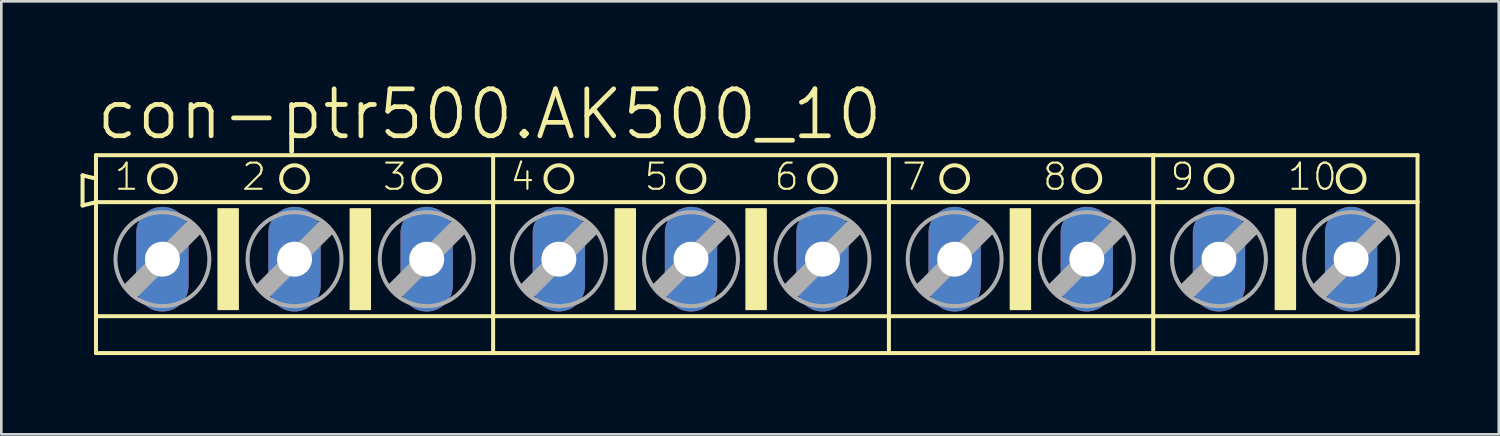
<source format=kicad_pcb>
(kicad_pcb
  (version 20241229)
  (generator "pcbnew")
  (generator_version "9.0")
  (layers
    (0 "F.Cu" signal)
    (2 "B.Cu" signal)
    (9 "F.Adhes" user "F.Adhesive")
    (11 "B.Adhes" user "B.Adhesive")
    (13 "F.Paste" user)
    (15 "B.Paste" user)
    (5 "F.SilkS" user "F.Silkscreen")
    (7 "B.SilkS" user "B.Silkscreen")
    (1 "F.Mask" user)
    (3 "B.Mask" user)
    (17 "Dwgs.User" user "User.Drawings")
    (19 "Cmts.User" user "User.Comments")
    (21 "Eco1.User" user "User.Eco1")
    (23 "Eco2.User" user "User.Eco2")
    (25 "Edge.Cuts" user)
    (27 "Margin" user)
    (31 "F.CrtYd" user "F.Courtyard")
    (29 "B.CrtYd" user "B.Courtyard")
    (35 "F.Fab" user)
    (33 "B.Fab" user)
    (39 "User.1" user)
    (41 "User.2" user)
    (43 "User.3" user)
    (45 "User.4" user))
  (footprint "con-ptr500.AK500_10"
    (layer "F.Cu")
    (at 25.603 6.763)
    (property "Reference" "con-ptr500.AK500_10" (at -25.095 -4.445 0) (layer "F.SilkS") (effects (font (size 1.778 1.778) (thickness 0.18)) (justify left bottom)))
    (attr through_hole)
    (fp_line (start -25.527 -3.175) (end -25.527 -2.032) (stroke (width 0.152) (type default)) (layer "F.SilkS"))
    (fp_line (start -25.527 -2.032) (end -25.019 -2.159) (stroke (width 0.152) (type default)) (layer "F.SilkS"))
    (fp_line (start -25.019 -3.048) (end -25.527 -3.175) (stroke (width 0.152) (type default)) (layer "F.SilkS"))
    (fp_line (start -25.019 -3.048) (end -25.019 -3.937) (stroke (width 0.152) (type default)) (layer "F.SilkS"))
    (fp_line (start -25.019 -2.159) (end -25.019 -3.048) (stroke (width 0.152) (type default)) (layer "F.SilkS"))
    (fp_line (start -25.019 -2.159) (end -9.982 -2.159) (stroke (width 0.152) (type default)) (layer "F.SilkS"))
    (fp_line (start -25.019 2.159) (end -25.019 -2.159) (stroke (width 0.152) (type default)) (layer "F.SilkS"))
    (fp_line (start -25.019 2.159) (end -9.982 2.159) (stroke (width 0.152) (type default)) (layer "F.SilkS"))
    (fp_line (start -25.019 3.556) (end -25.019 2.159) (stroke (width 0.152) (type default)) (layer "F.SilkS"))
    (fp_line (start -25.019 3.556) (end -9.982 3.556) (stroke (width 0.152) (type default)) (layer "F.SilkS"))
    (fp_line (start -9.982 -3.937) (end -25.019 -3.937) (stroke (width 0.152) (type default)) (layer "F.SilkS"))
    (fp_line (start -9.982 -2.159) (end -9.982 -3.937) (stroke (width 0.152) (type default)) (layer "F.SilkS"))
    (fp_line (start -9.982 -2.159) (end 5.004 -2.159) (stroke (width 0.152) (type default)) (layer "F.SilkS"))
    (fp_line (start -9.982 2.159) (end -9.982 -2.159) (stroke (width 0.152) (type default)) (layer "F.SilkS"))
    (fp_line (start -9.982 2.159) (end 5.004 2.159) (stroke (width 0.152) (type default)) (layer "F.SilkS"))
    (fp_line (start -9.982 3.556) (end -9.982 2.159) (stroke (width 0.152) (type default)) (layer "F.SilkS"))
    (fp_line (start -9.982 3.556) (end 5.004 3.556) (stroke (width 0.152) (type default)) (layer "F.SilkS"))
    (fp_line (start 5.004 -3.937) (end -9.982 -3.937) (stroke (width 0.152) (type default)) (layer "F.SilkS"))
    (fp_line (start 5.004 -2.159) (end 5.004 -3.937) (stroke (width 0.152) (type default)) (layer "F.SilkS"))
    (fp_line (start 5.004 -2.159) (end 15.011 -2.159) (stroke (width 0.152) (type default)) (layer "F.SilkS"))
    (fp_line (start 5.004 2.159) (end 5.004 -2.159) (stroke (width 0.152) (type default)) (layer "F.SilkS"))
    (fp_line (start 5.004 2.159) (end 15.011 2.159) (stroke (width 0.152) (type default)) (layer "F.SilkS"))
    (fp_line (start 5.004 3.556) (end 5.004 2.159) (stroke (width 0.152) (type default)) (layer "F.SilkS"))
    (fp_line (start 5.004 3.556) (end 15.011 3.556) (stroke (width 0.152) (type default)) (layer "F.SilkS"))
    (fp_line (start 15.011 -3.937) (end 5.004 -3.937) (stroke (width 0.152) (type default)) (layer "F.SilkS"))
    (fp_line (start 15.011 -2.159) (end 15.011 -3.937) (stroke (width 0.152) (type default)) (layer "F.SilkS"))
    (fp_line (start 15.011 -2.159) (end 25.019 -2.159) (stroke (width 0.152) (type default)) (layer "F.SilkS"))
    (fp_line (start 15.011 2.159) (end 15.011 -2.159) (stroke (width 0.152) (type default)) (layer "F.SilkS"))
    (fp_line (start 15.011 2.159) (end 25.019 2.159) (stroke (width 0.152) (type default)) (layer "F.SilkS"))
    (fp_line (start 15.011 3.556) (end 15.011 2.159) (stroke (width 0.152) (type default)) (layer "F.SilkS"))
    (fp_line (start 15.011 3.556) (end 25.019 3.556) (stroke (width 0.152) (type default)) (layer "F.SilkS"))
    (fp_line (start 25.019 -3.937) (end 15.011 -3.937) (stroke (width 0.152) (type default)) (layer "F.SilkS"))
    (fp_line (start 25.019 -3.937) (end 25.019 -2.159) (stroke (width 0.152) (type default)) (layer "F.SilkS"))
    (fp_line (start 25.019 -2.159) (end 25.019 2.159) (stroke (width 0.152) (type default)) (layer "F.SilkS"))
    (fp_line (start 25.019 2.159) (end 25.019 3.556) (stroke (width 0.152) (type default)) (layer "F.SilkS"))
    (fp_rect (start -20.396 1.905) (end -19.634 -1.905) (stroke (width 0.05) (type default)) (fill yes) (layer "F.SilkS"))
    (fp_rect (start -15.392 1.905) (end -14.63 -1.905) (stroke (width 0.05) (type default)) (fill yes) (layer "F.SilkS"))
    (fp_rect (start -5.359 1.905) (end -4.597 -1.905) (stroke (width 0.05) (type default)) (fill yes) (layer "F.SilkS"))
    (fp_rect (start -0.406 1.905) (end 0.356 -1.905) (stroke (width 0.05) (type default)) (fill yes) (layer "F.SilkS"))
    (fp_rect (start 9.601 1.905) (end 10.363 -1.905) (stroke (width 0.05) (type default)) (fill yes) (layer "F.SilkS"))
    (fp_rect (start 19.634 1.905) (end 20.396 -1.905) (stroke (width 0.05) (type default)) (fill yes) (layer "F.SilkS"))
    (fp_circle (center -22.504 -3.048) (end -21.996 -3.048) (stroke (width 0.152) (type default)) (fill no) (layer "F.SilkS"))
    (fp_circle (center -17.501 -3.048) (end -16.993 -3.048) (stroke (width 0.152) (type default)) (fill no) (layer "F.SilkS"))
    (fp_circle (center -12.497 -3.048) (end -11.989 -3.048) (stroke (width 0.152) (type default)) (fill no) (layer "F.SilkS"))
    (fp_circle (center -7.493 -3.048) (end -6.985 -3.048) (stroke (width 0.152) (type default)) (fill no) (layer "F.SilkS"))
    (fp_circle (center -2.489 -3.048) (end -1.981 -3.048) (stroke (width 0.152) (type default)) (fill no) (layer "F.SilkS"))
    (fp_circle (center 2.489 -3.048) (end 2.997 -3.048) (stroke (width 0.152) (type default)) (fill no) (layer "F.SilkS"))
    (fp_circle (center 7.493 -3.048) (end 8.001 -3.048) (stroke (width 0.152) (type default)) (fill no) (layer "F.SilkS"))
    (fp_circle (center 12.497 -3.048) (end 13.005 -3.048) (stroke (width 0.152) (type default)) (fill no) (layer "F.SilkS"))
    (fp_circle (center 17.501 -3.048) (end 18.009 -3.048) (stroke (width 0.152) (type default)) (fill no) (layer "F.SilkS"))
    (fp_circle (center 22.504 -3.048) (end 23.012 -3.048) (stroke (width 0.152) (type default)) (fill no) (layer "F.SilkS"))
    (fp_line (start -23.901 1.016) (end -23.52 1.397) (stroke (width 0.152) (type default)) (layer "F.Fab"))
    (fp_line (start -23.901 1.016) (end -21.488 -1.397) (stroke (width 0.152) (type default)) (layer "F.Fab"))
    (fp_line (start -23.52 1.016) (end -21.488 -1.016) (stroke (width 0.61) (type default)) (layer "F.Fab"))
    (fp_line (start -23.52 1.397) (end -21.107 -1.016) (stroke (width 0.152) (type default)) (layer "F.Fab"))
    (fp_line (start -21.488 -1.397) (end -21.107 -1.016) (stroke (width 0.152) (type default)) (layer "F.Fab"))
    (fp_line (start -18.898 1.016) (end -18.517 1.397) (stroke (width 0.152) (type default)) (layer "F.Fab"))
    (fp_line (start -18.898 1.016) (end -16.485 -1.397) (stroke (width 0.152) (type default)) (layer "F.Fab"))
    (fp_line (start -18.517 1.016) (end -16.485 -1.016) (stroke (width 0.61) (type default)) (layer "F.Fab"))
    (fp_line (start -18.517 1.397) (end -16.104 -1.016) (stroke (width 0.152) (type default)) (layer "F.Fab"))
    (fp_line (start -16.485 -1.397) (end -16.104 -1.016) (stroke (width 0.152) (type default)) (layer "F.Fab"))
    (fp_line (start -13.894 1.016) (end -13.513 1.397) (stroke (width 0.152) (type default)) (layer "F.Fab"))
    (fp_line (start -13.894 1.016) (end -11.481 -1.397) (stroke (width 0.152) (type default)) (layer "F.Fab"))
    (fp_line (start -13.513 1.016) (end -11.481 -1.016) (stroke (width 0.61) (type default)) (layer "F.Fab"))
    (fp_line (start -13.513 1.397) (end -11.1 -1.016) (stroke (width 0.152) (type default)) (layer "F.Fab"))
    (fp_line (start -11.481 -1.397) (end -11.1 -1.016) (stroke (width 0.152) (type default)) (layer "F.Fab"))
    (fp_line (start -8.89 1.016) (end -8.509 1.397) (stroke (width 0.152) (type default)) (layer "F.Fab"))
    (fp_line (start -8.89 1.016) (end -6.477 -1.397) (stroke (width 0.152) (type default)) (layer "F.Fab"))
    (fp_line (start -8.509 1.016) (end -6.477 -1.016) (stroke (width 0.61) (type default)) (layer "F.Fab"))
    (fp_line (start -8.509 1.397) (end -6.096 -1.016) (stroke (width 0.152) (type default)) (layer "F.Fab"))
    (fp_line (start -6.477 -1.397) (end -6.096 -1.016) (stroke (width 0.152) (type default)) (layer "F.Fab"))
    (fp_line (start -3.886 1.016) (end -3.505 1.397) (stroke (width 0.152) (type default)) (layer "F.Fab"))
    (fp_line (start -3.886 1.016) (end -1.473 -1.397) (stroke (width 0.152) (type default)) (layer "F.Fab"))
    (fp_line (start -3.505 1.016) (end -1.473 -1.016) (stroke (width 0.61) (type default)) (layer "F.Fab"))
    (fp_line (start -3.505 1.397) (end -1.092 -1.016) (stroke (width 0.152) (type default)) (layer "F.Fab"))
    (fp_line (start -1.473 -1.397) (end -1.092 -1.016) (stroke (width 0.152) (type default)) (layer "F.Fab"))
    (fp_line (start 1.092 1.016) (end 1.473 1.397) (stroke (width 0.152) (type default)) (layer "F.Fab"))
    (fp_line (start 1.092 1.016) (end 3.505 -1.397) (stroke (width 0.152) (type default)) (layer "F.Fab"))
    (fp_line (start 1.473 1.016) (end 3.505 -1.016) (stroke (width 0.61) (type default)) (layer "F.Fab"))
    (fp_line (start 1.473 1.397) (end 3.886 -1.016) (stroke (width 0.152) (type default)) (layer "F.Fab"))
    (fp_line (start 3.505 -1.397) (end 3.886 -1.016) (stroke (width 0.152) (type default)) (layer "F.Fab"))
    (fp_line (start 6.096 1.016) (end 6.477 1.397) (stroke (width 0.152) (type default)) (layer "F.Fab"))
    (fp_line (start 6.096 1.016) (end 8.509 -1.397) (stroke (width 0.152) (type default)) (layer "F.Fab"))
    (fp_line (start 6.477 1.016) (end 8.509 -1.016) (stroke (width 0.61) (type default)) (layer "F.Fab"))
    (fp_line (start 6.477 1.397) (end 8.89 -1.016) (stroke (width 0.152) (type default)) (layer "F.Fab"))
    (fp_line (start 8.509 -1.397) (end 8.89 -1.016) (stroke (width 0.152) (type default)) (layer "F.Fab"))
    (fp_line (start 11.1 1.016) (end 11.481 1.397) (stroke (width 0.152) (type default)) (layer "F.Fab"))
    (fp_line (start 11.1 1.016) (end 13.513 -1.397) (stroke (width 0.152) (type default)) (layer "F.Fab"))
    (fp_line (start 11.481 1.016) (end 13.513 -1.016) (stroke (width 0.61) (type default)) (layer "F.Fab"))
    (fp_line (start 11.481 1.397) (end 13.894 -1.016) (stroke (width 0.152) (type default)) (layer "F.Fab"))
    (fp_line (start 13.513 -1.397) (end 13.894 -1.016) (stroke (width 0.152) (type default)) (layer "F.Fab"))
    (fp_line (start 16.104 1.016) (end 16.485 1.397) (stroke (width 0.152) (type default)) (layer "F.Fab"))
    (fp_line (start 16.104 1.016) (end 18.517 -1.397) (stroke (width 0.152) (type default)) (layer "F.Fab"))
    (fp_line (start 16.485 1.016) (end 18.517 -1.016) (stroke (width 0.61) (type default)) (layer "F.Fab"))
    (fp_line (start 16.485 1.397) (end 18.898 -1.016) (stroke (width 0.152) (type default)) (layer "F.Fab"))
    (fp_line (start 18.517 -1.397) (end 18.898 -1.016) (stroke (width 0.152) (type default)) (layer "F.Fab"))
    (fp_line (start 21.107 1.016) (end 21.488 1.397) (stroke (width 0.152) (type default)) (layer "F.Fab"))
    (fp_line (start 21.107 1.016) (end 23.52 -1.397) (stroke (width 0.152) (type default)) (layer "F.Fab"))
    (fp_line (start 21.488 1.016) (end 23.52 -1.016) (stroke (width 0.61) (type default)) (layer "F.Fab"))
    (fp_line (start 21.488 1.397) (end 23.901 -1.016) (stroke (width 0.152) (type default)) (layer "F.Fab"))
    (fp_line (start 23.52 -1.397) (end 23.901 -1.016) (stroke (width 0.152) (type default)) (layer "F.Fab"))
    (fp_circle (center -22.504 0) (end -20.726 0) (stroke (width 0.152) (type default)) (fill no) (layer "F.Fab"))
    (fp_circle (center -17.501 0) (end -15.723 0) (stroke (width 0.152) (type default)) (fill no) (layer "F.Fab"))
    (fp_circle (center -12.497 0) (end -10.719 0) (stroke (width 0.152) (type default)) (fill no) (layer "F.Fab"))
    (fp_circle (center -7.493 0) (end -5.715 0) (stroke (width 0.152) (type default)) (fill no) (layer "F.Fab"))
    (fp_circle (center -2.489 0) (end -0.711 0) (stroke (width 0.152) (type default)) (fill no) (layer "F.Fab"))
    (fp_circle (center 2.489 0) (end 4.267 0) (stroke (width 0.152) (type default)) (fill no) (layer "F.Fab"))
    (fp_circle (center 7.493 0) (end 9.271 0) (stroke (width 0.152) (type default)) (fill no) (layer "F.Fab"))
    (fp_circle (center 12.497 0) (end 14.275 0) (stroke (width 0.152) (type default)) (fill no) (layer "F.Fab"))
    (fp_circle (center 17.501 0) (end 19.279 0) (stroke (width 0.152) (type default)) (fill no) (layer "F.Fab"))
    (fp_circle (center 22.504 0) (end 24.282 0) (stroke (width 0.152) (type default)) (fill no) (layer "F.Fab"))
    (fp_text user "8" (at 10.77 -2.54 0) (layer "F.SilkS") (effects (font (size 0.991 0.991) (thickness 0.08)) (justify left bottom)))
    (fp_text user "10" (at 20.041 -2.54 0) (layer "F.SilkS") (effects (font (size 0.991 0.991) (thickness 0.08)) (justify left bottom)))
    (fp_text user "2" (at -19.558 -2.54 0) (layer "F.SilkS") (effects (font (size 0.991 0.991) (thickness 0.08)) (justify left bottom)))
    (fp_text user "4" (at -9.398 -2.54 0) (layer "F.SilkS") (effects (font (size 0.991 0.991) (thickness 0.08)) (justify left bottom)))
    (fp_text user "1" (at -24.384 -2.54 0) (layer "F.SilkS") (effects (font (size 0.991 0.991) (thickness 0.08)) (justify left bottom)))
    (fp_text user "6" (at 0.61 -2.54 0) (layer "F.SilkS") (effects (font (size 0.991 0.991) (thickness 0.08)) (justify left bottom)))
    (fp_text user "3" (at -14.224 -2.54 0) (layer "F.SilkS") (effects (font (size 0.991 0.991) (thickness 0.08)) (justify left bottom)))
    (fp_text user "7" (at 5.436 -2.54 0) (layer "F.SilkS") (effects (font (size 0.991 0.991) (thickness 0.08)) (justify left bottom)))
    (fp_text user "5" (at -4.318 -2.54 0) (layer "F.SilkS") (effects (font (size 0.991 0.991) (thickness 0.08)) (justify left bottom)))
    (fp_text user "9" (at 15.596 -2.54 0) (layer "F.SilkS") (effects (font (size 0.991 0.991) (thickness 0.08)) (justify left bottom)))
    (pad "1" thru_hole oval (at -22.504 0 90) (size 3.962 1.981) (drill 1.321) (layers "*.Cu" "*.Mask"))
    (pad "2" thru_hole oval (at -17.501 0 90) (size 3.962 1.981) (drill 1.321) (layers "*.Cu" "*.Mask"))
    (pad "3" thru_hole oval (at -12.497 0 90) (size 3.962 1.981) (drill 1.321) (layers "*.Cu" "*.Mask"))
    (pad "4" thru_hole oval (at -7.493 0 90) (size 3.962 1.981) (drill 1.321) (layers "*.Cu" "*.Mask"))
    (pad "5" thru_hole oval (at -2.489 0 90) (size 3.962 1.981) (drill 1.321) (layers "*.Cu" "*.Mask"))
    (pad "6" thru_hole oval (at 2.489 0 90) (size 3.962 1.981) (drill 1.321) (layers "*.Cu" "*.Mask"))
    (pad "7" thru_hole oval (at 7.493 0 90) (size 3.962 1.981) (drill 1.321) (layers "*.Cu" "*.Mask"))
    (pad "8" thru_hole oval (at 12.497 0 90) (size 3.962 1.981) (drill 1.321) (layers "*.Cu" "*.Mask"))
    (pad "9" thru_hole oval (at 17.501 0 90) (size 3.962 1.981) (drill 1.321) (layers "*.Cu" "*.Mask"))
    (pad "10" thru_hole oval (at 22.504 0 90) (size 3.962 1.981) (drill 1.321) (layers "*.Cu" "*.Mask")))
  (gr_rect
    (start -3 -3)
    (end 53.698 13.395)
    (stroke (width 0.1) (type default))
    (fill no)
    (layer "Edge.Cuts")))
</source>
